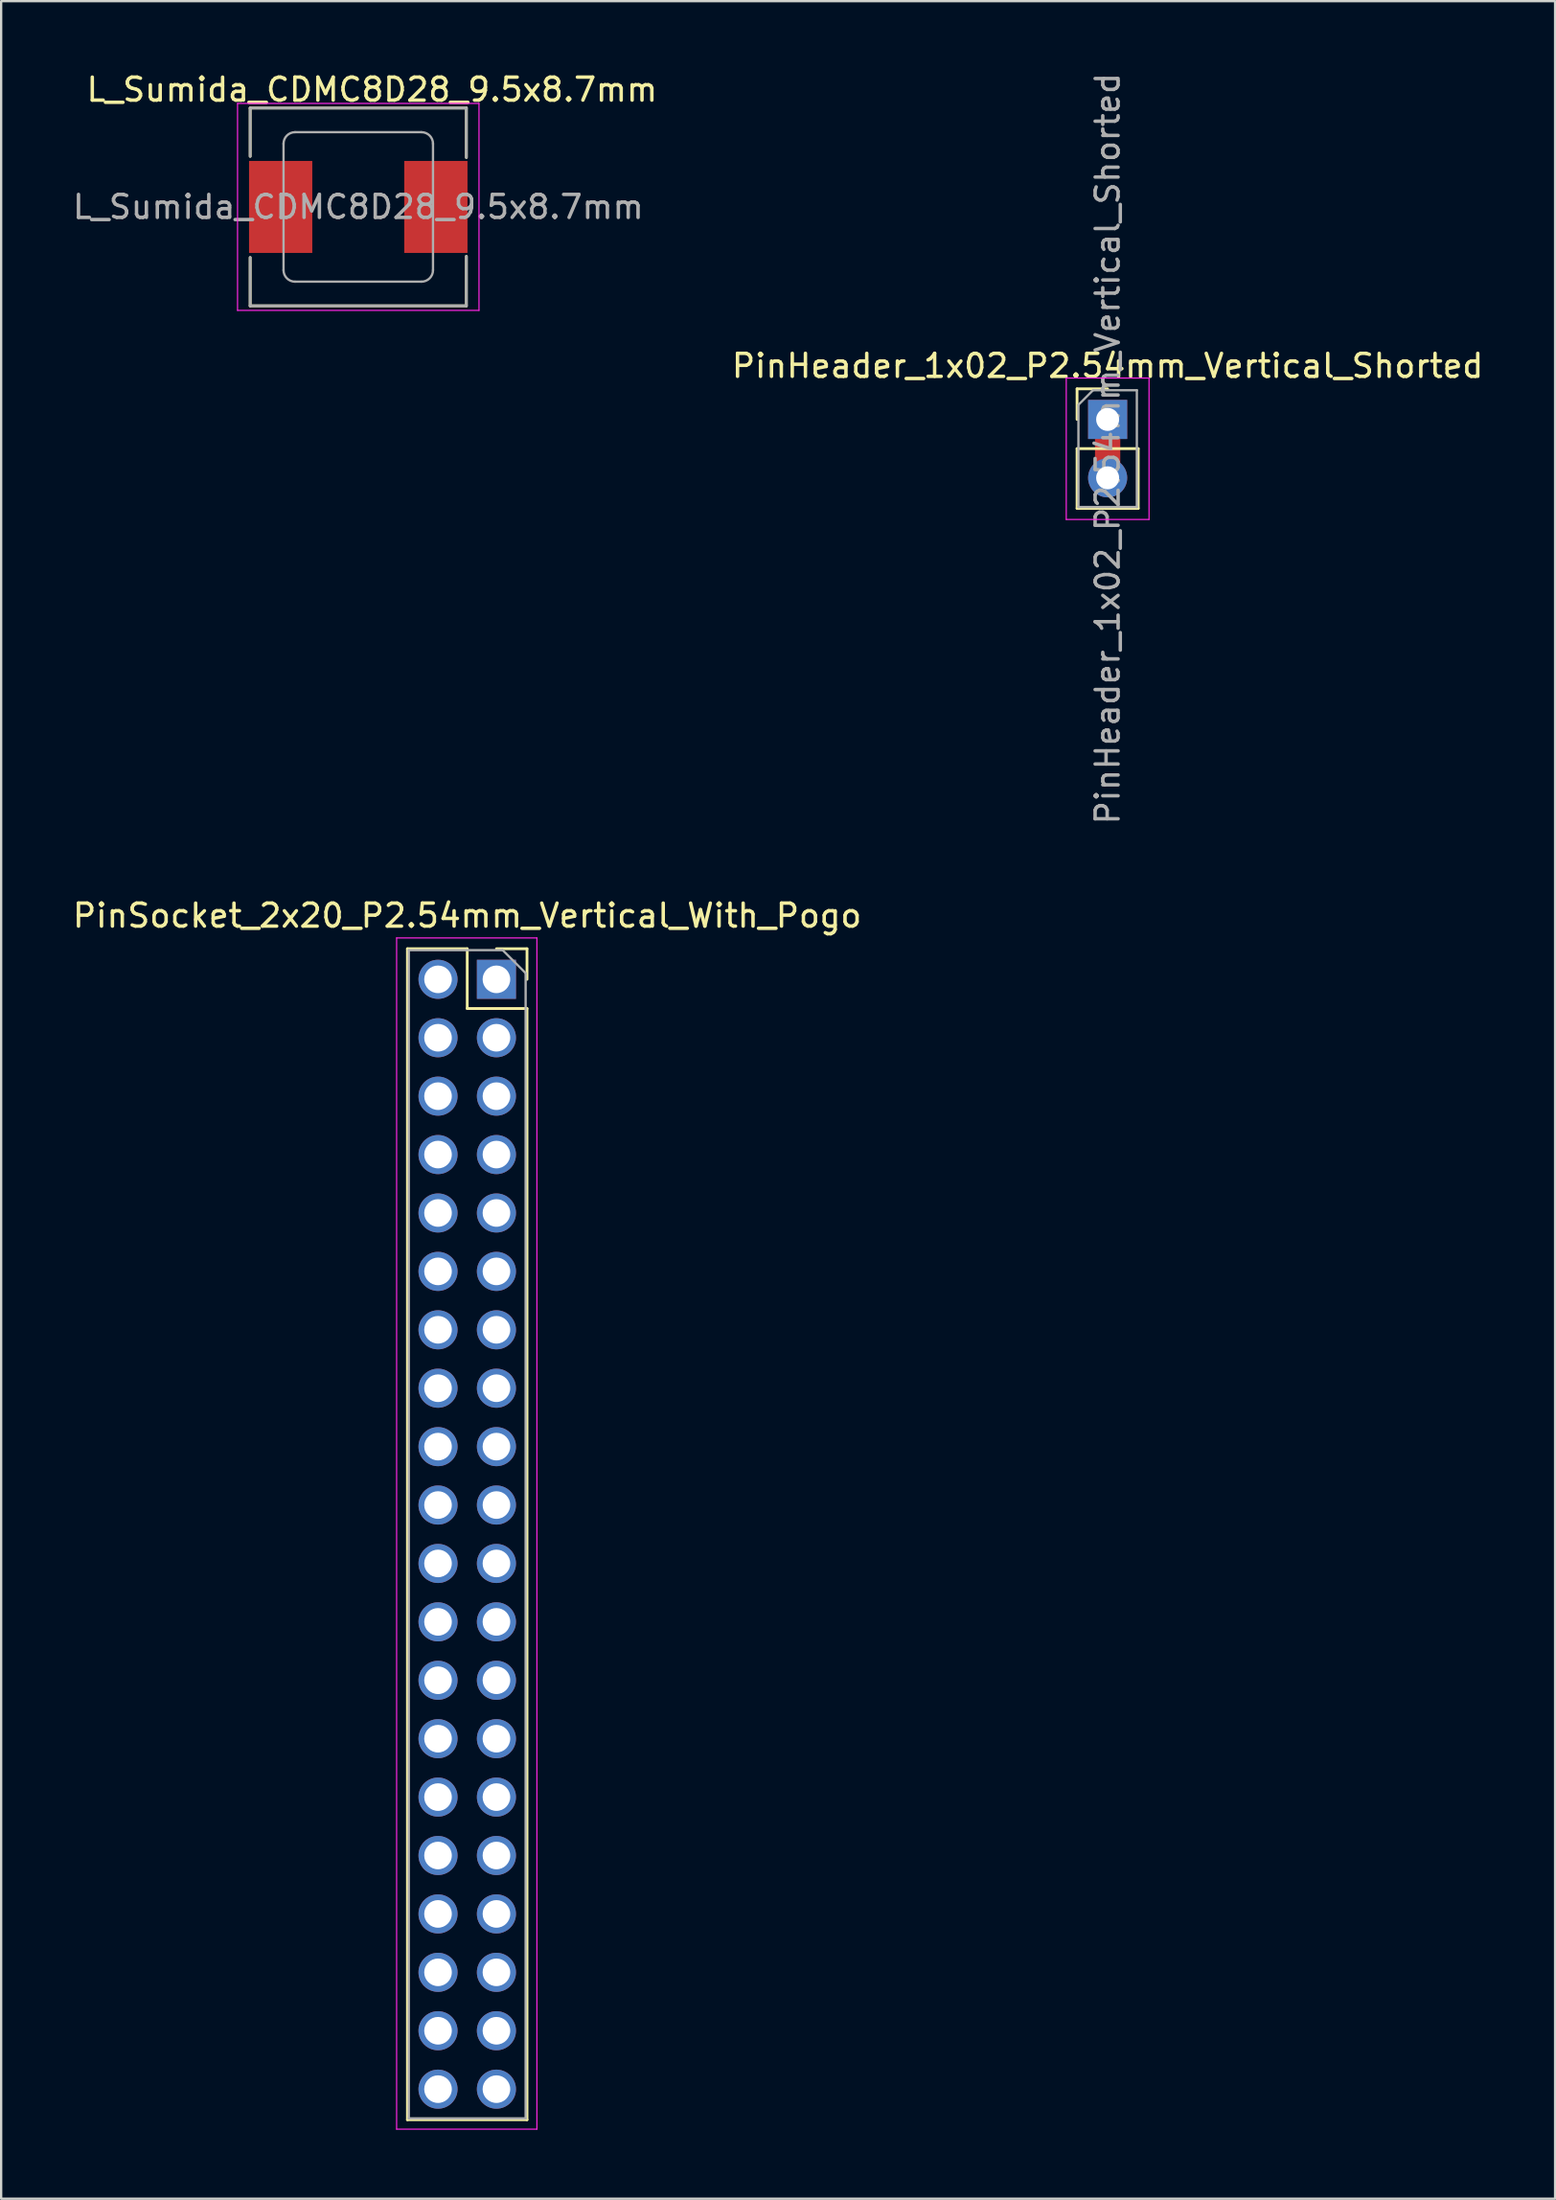
<source format=kicad_pcb>
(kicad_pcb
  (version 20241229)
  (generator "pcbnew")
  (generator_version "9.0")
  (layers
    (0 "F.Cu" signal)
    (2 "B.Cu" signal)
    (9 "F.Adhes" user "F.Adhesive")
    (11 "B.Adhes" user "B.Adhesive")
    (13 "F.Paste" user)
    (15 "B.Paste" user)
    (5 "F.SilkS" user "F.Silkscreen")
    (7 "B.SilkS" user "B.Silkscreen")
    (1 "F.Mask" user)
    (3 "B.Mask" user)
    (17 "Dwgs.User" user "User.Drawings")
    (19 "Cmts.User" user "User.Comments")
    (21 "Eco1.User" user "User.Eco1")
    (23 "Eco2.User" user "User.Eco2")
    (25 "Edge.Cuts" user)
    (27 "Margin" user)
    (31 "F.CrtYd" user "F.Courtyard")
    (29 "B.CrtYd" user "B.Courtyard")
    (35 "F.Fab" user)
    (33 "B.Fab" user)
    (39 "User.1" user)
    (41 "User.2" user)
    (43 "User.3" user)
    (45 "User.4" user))
  (footprint "PinHeader_1x02_P2.54mm_Vertical_Shorted"
    (layer "F.Cu")
    (at 45.118 15.188)
    (property "Reference" "PinHeader_1x02_P2.54mm_Vertical_Shorted" (at 0 -2.33 0) (layer "F.SilkS") (effects (font (size 1 1) (thickness 0.15))))
    (attr through_hole)
    (fp_poly (pts (xy 0.5 2) (xy -0.5 2) (xy -0.5 0.8) (xy 0.5 0.8)) (stroke (width 0.1) (type solid)) (fill yes) (layer "F.Cu"))
    (fp_line (start -1.33 -1.33) (end 0 -1.33) (stroke (width 0.12) (type solid)) (layer "F.SilkS"))
    (fp_line (start -1.33 0) (end -1.33 -1.33) (stroke (width 0.12) (type solid)) (layer "F.SilkS"))
    (fp_line (start -1.33 1.27) (end -1.33 3.87) (stroke (width 0.12) (type solid)) (layer "F.SilkS"))
    (fp_line (start -1.33 1.27) (end 1.33 1.27) (stroke (width 0.12) (type solid)) (layer "F.SilkS"))
    (fp_line (start -1.33 3.87) (end 1.33 3.87) (stroke (width 0.12) (type solid)) (layer "F.SilkS"))
    (fp_line (start 1.33 1.27) (end 1.33 3.87) (stroke (width 0.12) (type solid)) (layer "F.SilkS"))
    (fp_line (start -1.8 -1.8) (end -1.8 4.35) (stroke (width 0.05) (type solid)) (layer "F.CrtYd"))
    (fp_line (start -1.8 4.35) (end 1.8 4.35) (stroke (width 0.05) (type solid)) (layer "F.CrtYd"))
    (fp_line (start 1.8 -1.8) (end -1.8 -1.8) (stroke (width 0.05) (type solid)) (layer "F.CrtYd"))
    (fp_line (start 1.8 4.35) (end 1.8 -1.8) (stroke (width 0.05) (type solid)) (layer "F.CrtYd"))
    (fp_line (start -1.27 -0.635) (end -0.635 -1.27) (stroke (width 0.1) (type solid)) (layer "F.Fab"))
    (fp_line (start -1.27 3.81) (end -1.27 -0.635) (stroke (width 0.1) (type solid)) (layer "F.Fab"))
    (fp_line (start -0.635 -1.27) (end 1.27 -1.27) (stroke (width 0.1) (type solid)) (layer "F.Fab"))
    (fp_line (start 1.27 -1.27) (end 1.27 3.81) (stroke (width 0.1) (type solid)) (layer "F.Fab"))
    (fp_line (start 1.27 3.81) (end -1.27 3.81) (stroke (width 0.1) (type solid)) (layer "F.Fab"))
    (fp_text user "${REFERENCE}" (at 0 1.27 90) (layer "F.Fab") (effects (font (size 1 1) (thickness 0.15))))
    (pad "1" thru_hole rect (at 0 0) (size 1.7 1.7) (drill 1) (layers "*.Cu" "*.Mask"))
    (pad "2" thru_hole oval (at 0 2.54) (size 1.7 1.7) (drill 1) (layers "*.Cu" "*.Mask")))
  (footprint "PinSocket_2x20_P2.54mm_Vertical_With_Pogo"
    (layer "F.Cu")
    (at 18.538 39.535)
    (property "Reference" "PinSocket_2x20_P2.54mm_Vertical_With_Pogo" (at -1.27 -2.77 0) (layer "F.SilkS") (effects (font (size 1 1) (thickness 0.15))))
    (attr through_hole)
    (fp_line (start -3.87 -1.33) (end -3.87 49.59) (stroke (width 0.12) (type solid)) (layer "F.SilkS"))
    (fp_line (start -3.87 -1.33) (end -1.27 -1.33) (stroke (width 0.12) (type solid)) (layer "F.SilkS"))
    (fp_line (start -3.87 49.59) (end 1.33 49.59) (stroke (width 0.12) (type solid)) (layer "F.SilkS"))
    (fp_line (start -1.27 -1.33) (end -1.27 1.27) (stroke (width 0.12) (type solid)) (layer "F.SilkS"))
    (fp_line (start -1.27 1.27) (end 1.33 1.27) (stroke (width 0.12) (type solid)) (layer "F.SilkS"))
    (fp_line (start 0 -1.33) (end 1.33 -1.33) (stroke (width 0.12) (type solid)) (layer "F.SilkS"))
    (fp_line (start 1.33 -1.33) (end 1.33 0) (stroke (width 0.12) (type solid)) (layer "F.SilkS"))
    (fp_line (start 1.33 1.27) (end 1.33 49.59) (stroke (width 0.12) (type solid)) (layer "F.SilkS"))
    (fp_line (start -4.34 -1.8) (end 1.76 -1.8) (stroke (width 0.05) (type solid)) (layer "F.CrtYd"))
    (fp_line (start -4.34 50) (end -4.34 -1.8) (stroke (width 0.05) (type solid)) (layer "F.CrtYd"))
    (fp_line (start 1.76 -1.8) (end 1.76 50) (stroke (width 0.05) (type solid)) (layer "F.CrtYd"))
    (fp_line (start 1.76 50) (end -4.34 50) (stroke (width 0.05) (type solid)) (layer "F.CrtYd"))
    (fp_line (start -3.81 -1.27) (end 0.27 -1.27) (stroke (width 0.1) (type solid)) (layer "F.Fab"))
    (fp_line (start -3.81 49.53) (end -3.81 -1.27) (stroke (width 0.1) (type solid)) (layer "F.Fab"))
    (fp_line (start 0.27 -1.27) (end 1.27 -0.27) (stroke (width 0.1) (type solid)) (layer "F.Fab"))
    (fp_line (start 1.27 -0.27) (end 1.27 49.53) (stroke (width 0.1) (type solid)) (layer "F.Fab"))
    (fp_line (start 1.27 49.53) (end -3.81 49.53) (stroke (width 0.1) (type solid)) (layer "F.Fab"))
    (pad "1" thru_hole rect (at 0 0) (size 1.7 1.7) (drill 1.2) (layers "*.Cu" "*.Mask"))
    (pad "2" thru_hole oval (at -2.54 0) (size 1.7 1.7) (drill 1.2) (layers "*.Cu" "*.Mask"))
    (pad "3" thru_hole oval (at 0 2.54) (size 1.7 1.7) (drill 1.2) (layers "*.Cu" "*.Mask"))
    (pad "4" thru_hole oval (at -2.54 2.54) (size 1.7 1.7) (drill 1.2) (layers "*.Cu" "*.Mask"))
    (pad "5" thru_hole oval (at 0 5.08) (size 1.7 1.7) (drill 1.2) (layers "*.Cu" "*.Mask"))
    (pad "6" thru_hole oval (at -2.54 5.08) (size 1.7 1.7) (drill 1.2) (layers "*.Cu" "*.Mask"))
    (pad "7" thru_hole oval (at 0 7.62) (size 1.7 1.7) (drill 1.2) (layers "*.Cu" "*.Mask"))
    (pad "8" thru_hole oval (at -2.54 7.62) (size 1.7 1.7) (drill 1.2) (layers "*.Cu" "*.Mask"))
    (pad "9" thru_hole oval (at 0 10.16) (size 1.7 1.7) (drill 1.2) (layers "*.Cu" "*.Mask"))
    (pad "10" thru_hole oval (at -2.54 10.16) (size 1.7 1.7) (drill 1.2) (layers "*.Cu" "*.Mask"))
    (pad "11" thru_hole oval (at 0 12.7) (size 1.7 1.7) (drill 1.2) (layers "*.Cu" "*.Mask"))
    (pad "12" thru_hole oval (at -2.54 12.7) (size 1.7 1.7) (drill 1.2) (layers "*.Cu" "*.Mask"))
    (pad "13" thru_hole oval (at 0 15.24) (size 1.7 1.7) (drill 1.2) (layers "*.Cu" "*.Mask"))
    (pad "14" thru_hole oval (at -2.54 15.24) (size 1.7 1.7) (drill 1.2) (layers "*.Cu" "*.Mask"))
    (pad "15" thru_hole oval (at 0 17.78) (size 1.7 1.7) (drill 1.2) (layers "*.Cu" "*.Mask"))
    (pad "16" thru_hole oval (at -2.54 17.78) (size 1.7 1.7) (drill 1.2) (layers "*.Cu" "*.Mask"))
    (pad "17" thru_hole oval (at 0 20.32) (size 1.7 1.7) (drill 1.2) (layers "*.Cu" "*.Mask"))
    (pad "18" thru_hole oval (at -2.54 20.32) (size 1.7 1.7) (drill 1.2) (layers "*.Cu" "*.Mask"))
    (pad "19" thru_hole oval (at 0 22.86) (size 1.7 1.7) (drill 1.2) (layers "*.Cu" "*.Mask"))
    (pad "20" thru_hole oval (at -2.54 22.86) (size 1.7 1.7) (drill 1.2) (layers "*.Cu" "*.Mask"))
    (pad "21" thru_hole oval (at 0 25.4) (size 1.7 1.7) (drill 1.2) (layers "*.Cu" "*.Mask"))
    (pad "22" thru_hole oval (at -2.54 25.4) (size 1.7 1.7) (drill 1.2) (layers "*.Cu" "*.Mask"))
    (pad "23" thru_hole oval (at 0 27.94) (size 1.7 1.7) (drill 1.2) (layers "*.Cu" "*.Mask"))
    (pad "24" thru_hole oval (at -2.54 27.94) (size 1.7 1.7) (drill 1.2) (layers "*.Cu" "*.Mask"))
    (pad "25" thru_hole oval (at 0 30.48) (size 1.7 1.7) (drill 1.2) (layers "*.Cu" "*.Mask"))
    (pad "26" thru_hole oval (at -2.54 30.48) (size 1.7 1.7) (drill 1.2) (layers "*.Cu" "*.Mask"))
    (pad "27" thru_hole oval (at 0 33.02) (size 1.7 1.7) (drill 1.2) (layers "*.Cu" "*.Mask"))
    (pad "28" thru_hole oval (at -2.54 33.02) (size 1.7 1.7) (drill 1.2) (layers "*.Cu" "*.Mask"))
    (pad "29" thru_hole oval (at 0 35.56) (size 1.7 1.7) (drill 1.2) (layers "*.Cu" "*.Mask"))
    (pad "30" thru_hole oval (at -2.54 35.56) (size 1.7 1.7) (drill 1.2) (layers "*.Cu" "*.Mask"))
    (pad "31" thru_hole oval (at 0 38.1) (size 1.7 1.7) (drill 1.2) (layers "*.Cu" "*.Mask"))
    (pad "32" thru_hole oval (at -2.54 38.1) (size 1.7 1.7) (drill 1.2) (layers "*.Cu" "*.Mask"))
    (pad "33" thru_hole oval (at 0 40.64) (size 1.7 1.7) (drill 1.2) (layers "*.Cu" "*.Mask"))
    (pad "34" thru_hole oval (at -2.54 40.64) (size 1.7 1.7) (drill 1.2) (layers "*.Cu" "*.Mask"))
    (pad "35" thru_hole oval (at 0 43.18) (size 1.7 1.7) (drill 1.2) (layers "*.Cu" "*.Mask"))
    (pad "36" thru_hole oval (at -2.54 43.18) (size 1.7 1.7) (drill 1.2) (layers "*.Cu" "*.Mask"))
    (pad "37" thru_hole oval (at 0 45.72) (size 1.7 1.7) (drill 1.2) (layers "*.Cu" "*.Mask"))
    (pad "38" thru_hole oval (at -2.54 45.72) (size 1.7 1.7) (drill 1.2) (layers "*.Cu" "*.Mask"))
    (pad "39" thru_hole oval (at 0 48.26) (size 1.7 1.7) (drill 1.2) (layers "*.Cu" "*.Mask"))
    (pad "40" thru_hole oval (at -2.54 48.26) (size 1.7 1.7) (drill 1.2) (layers "*.Cu" "*.Mask")))
  (footprint "L_Sumida_CDMC8D28_9.5x8.7mm"
    (layer "F.Cu")
    (at 12.53 5.948)
    (property "Reference" "L_Sumida_CDMC8D28_9.5x8.7mm" (at 0.6 -5.1 0) (layer "F.SilkS") (effects (font (size 1 1) (thickness 0.15))))
    (attr smd)
    (fp_line (start -4.7 -4.3) (end 4.7 -4.3) (stroke (width 0.12) (type solid)) (layer "F.SilkS"))
    (fp_line (start -4.7 -2.2) (end -4.7 -4.3) (stroke (width 0.12) (type solid)) (layer "F.SilkS"))
    (fp_line (start -4.7 4.3) (end -4.7 2.2) (stroke (width 0.12) (type solid)) (layer "F.SilkS"))
    (fp_line (start 4.7 -4.3) (end 4.7 -2.15) (stroke (width 0.12) (type solid)) (layer "F.SilkS"))
    (fp_line (start 4.7 2.15) (end 4.7 4.3) (stroke (width 0.12) (type solid)) (layer "F.SilkS"))
    (fp_line (start 4.7 4.3) (end -4.7 4.3) (stroke (width 0.12) (type solid)) (layer "F.SilkS"))
    (fp_line (start -5.25 -4.5) (end 5.25 -4.5) (stroke (width 0.05) (type solid)) (layer "F.CrtYd"))
    (fp_line (start -5.25 4.5) (end -5.25 -4.5) (stroke (width 0.05) (type solid)) (layer "F.CrtYd"))
    (fp_line (start 5.25 -4.5) (end 5.25 4.5) (stroke (width 0.05) (type solid)) (layer "F.CrtYd"))
    (fp_line (start 5.25 4.5) (end -5.25 4.5) (stroke (width 0.05) (type solid)) (layer "F.CrtYd"))
    (fp_line (start -4.7 -4.3) (end 4.7 -4.3) (stroke (width 0.12) (type solid)) (layer "F.Fab"))
    (fp_line (start -4.7 -2.2) (end -4.7 -4.3) (stroke (width 0.12) (type solid)) (layer "F.Fab"))
    (fp_line (start -4.7 4.3) (end -4.7 2.2) (stroke (width 0.12) (type solid)) (layer "F.Fab"))
    (fp_line (start -3.25 2.75) (end -3.25 -2.75) (stroke (width 0.1) (type solid)) (layer "F.Fab"))
    (fp_line (start -2.75 -3.25) (end 2.75 -3.25) (stroke (width 0.1) (type solid)) (layer "F.Fab"))
    (fp_line (start 2.75 3.25) (end -2.75 3.25) (stroke (width 0.1) (type solid)) (layer "F.Fab"))
    (fp_line (start 3.25 -2.75) (end 3.25 2.75) (stroke (width 0.1) (type solid)) (layer "F.Fab"))
    (fp_line (start 4.7 -4.3) (end 4.7 -2.15) (stroke (width 0.12) (type solid)) (layer "F.Fab"))
    (fp_line (start 4.7 2.15) (end 4.7 4.3) (stroke (width 0.12) (type solid)) (layer "F.Fab"))
    (fp_line (start 4.7 4.3) (end -4.7 4.3) (stroke (width 0.12) (type solid)) (layer "F.Fab"))
    (fp_arc (start -3.25 -2.75) (mid -3.103553 -3.103553) (end -2.75 -3.25) (stroke (width 0.1) (type solid)) (layer "F.Fab"))
    (fp_arc (start -2.75 3.25) (mid -3.103553 3.103553) (end -3.25 2.75) (stroke (width 0.1) (type solid)) (layer "F.Fab"))
    (fp_arc (start 2.75 -3.25) (mid 3.103553 -3.103553) (end 3.25 -2.75) (stroke (width 0.1) (type solid)) (layer "F.Fab"))
    (fp_arc (start 3.25 2.75) (mid 3.103553 3.103553) (end 2.75 3.25) (stroke (width 0.1) (type solid)) (layer "F.Fab"))
    (fp_text user "${REFERENCE}" (at 0 0 0) (layer "F.Fab") (effects (font (size 1 1) (thickness 0.15))))
    (pad "1" smd rect (at -3.375 0) (size 2.75 4) (layers "F.Cu" "F.Mask" "F.Paste"))
    (pad "2" smd rect (at 3.375 0) (size 2.75 4) (layers "F.Cu" "F.Mask" "F.Paste")))
  (gr_rect
    (start -3 -3)
    (end 64.576 92.56)
    (stroke (width 0.1) (type default))
    (fill no)
    (layer "Edge.Cuts")))
</source>
